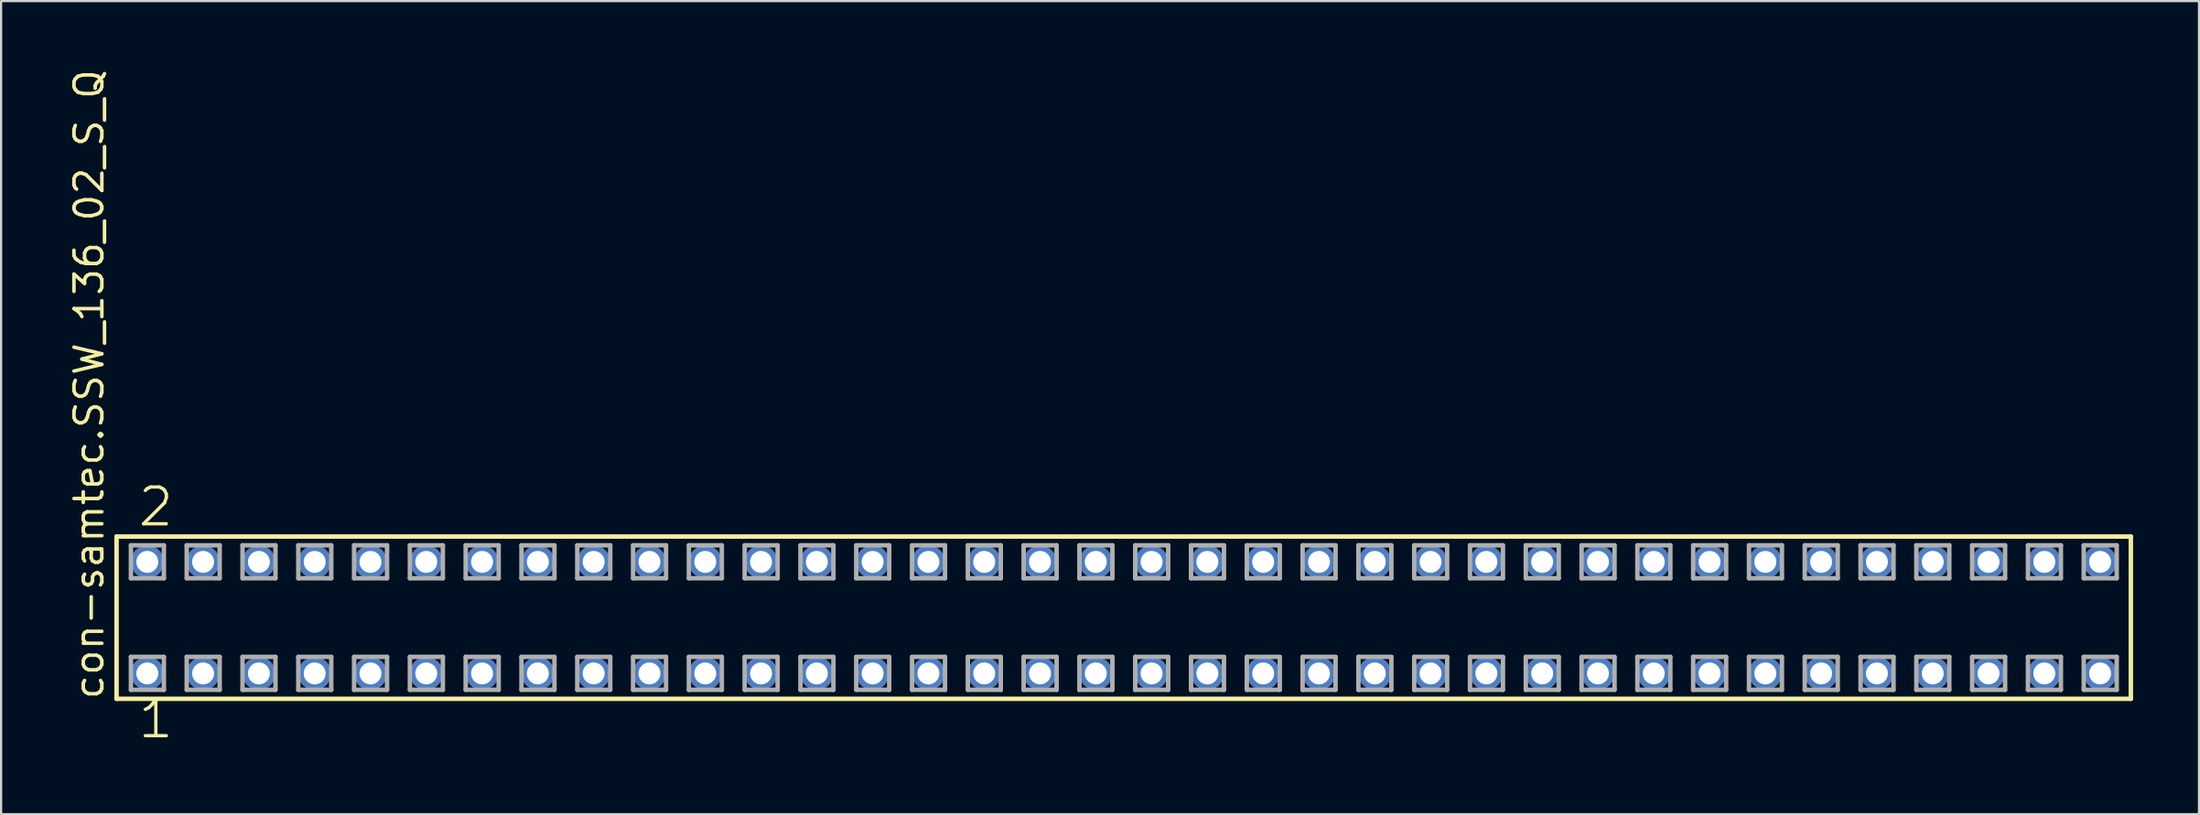
<source format=kicad_pcb>
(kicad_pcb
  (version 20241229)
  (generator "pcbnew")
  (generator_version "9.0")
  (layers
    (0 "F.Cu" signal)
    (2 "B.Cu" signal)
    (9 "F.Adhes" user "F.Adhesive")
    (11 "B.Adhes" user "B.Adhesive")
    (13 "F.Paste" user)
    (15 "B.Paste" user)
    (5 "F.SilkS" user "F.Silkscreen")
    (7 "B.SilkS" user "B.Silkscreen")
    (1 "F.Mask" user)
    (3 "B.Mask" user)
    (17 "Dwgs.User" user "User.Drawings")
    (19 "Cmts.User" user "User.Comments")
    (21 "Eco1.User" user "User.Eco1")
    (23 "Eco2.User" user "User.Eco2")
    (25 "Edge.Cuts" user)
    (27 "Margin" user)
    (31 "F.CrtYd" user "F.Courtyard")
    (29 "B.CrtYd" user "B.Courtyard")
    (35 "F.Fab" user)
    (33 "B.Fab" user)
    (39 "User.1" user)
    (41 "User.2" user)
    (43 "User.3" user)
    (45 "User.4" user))
  (footprint "con-samtec.SSW_136_02_S_Q"
    (layer "F.Cu")
    (at 48.105 25.082)
    (property "Reference" "con-samtec.SSW_136_02_S_Q" (at -46.355 3.81 90) (layer "F.SilkS") (effects (font (size 1.27 1.27) (thickness 0.16)) (justify left bottom)))
    (attr through_hole)
    (fp_line (start -45.849 -3.695) (end 45.849 -3.695) (stroke (width 0.203) (type default)) (layer "F.SilkS"))
    (fp_line (start -45.849 3.695) (end -45.849 -3.695) (stroke (width 0.203) (type default)) (layer "F.SilkS"))
    (fp_line (start 45.849 -3.695) (end 45.849 3.695) (stroke (width 0.203) (type default)) (layer "F.SilkS"))
    (fp_line (start 45.849 3.695) (end -45.849 3.695) (stroke (width 0.203) (type default)) (layer "F.SilkS"))
    (fp_line (start -45.195 -3.295) (end -43.695 -3.295) (stroke (width 0.203) (type default)) (layer "F.Fab"))
    (fp_line (start -45.195 -1.795) (end -45.195 -3.295) (stroke (width 0.203) (type default)) (layer "F.Fab"))
    (fp_line (start -45.195 1.785) (end -43.695 1.785) (stroke (width 0.203) (type default)) (layer "F.Fab"))
    (fp_line (start -45.195 3.285) (end -45.195 1.785) (stroke (width 0.203) (type default)) (layer "F.Fab"))
    (fp_line (start -43.695 -3.295) (end -43.695 -1.795) (stroke (width 0.203) (type default)) (layer "F.Fab"))
    (fp_line (start -43.695 -1.795) (end -45.195 -1.795) (stroke (width 0.203) (type default)) (layer "F.Fab"))
    (fp_line (start -43.695 1.785) (end -43.695 3.285) (stroke (width 0.203) (type default)) (layer "F.Fab"))
    (fp_line (start -43.695 3.285) (end -45.195 3.285) (stroke (width 0.203) (type default)) (layer "F.Fab"))
    (fp_line (start -42.655 -3.295) (end -41.155 -3.295) (stroke (width 0.203) (type default)) (layer "F.Fab"))
    (fp_line (start -42.655 -1.795) (end -42.655 -3.295) (stroke (width 0.203) (type default)) (layer "F.Fab"))
    (fp_line (start -42.655 1.785) (end -41.155 1.785) (stroke (width 0.203) (type default)) (layer "F.Fab"))
    (fp_line (start -42.655 3.285) (end -42.655 1.785) (stroke (width 0.203) (type default)) (layer "F.Fab"))
    (fp_line (start -41.155 -3.295) (end -41.155 -1.795) (stroke (width 0.203) (type default)) (layer "F.Fab"))
    (fp_line (start -41.155 -1.795) (end -42.655 -1.795) (stroke (width 0.203) (type default)) (layer "F.Fab"))
    (fp_line (start -41.155 1.785) (end -41.155 3.285) (stroke (width 0.203) (type default)) (layer "F.Fab"))
    (fp_line (start -41.155 3.285) (end -42.655 3.285) (stroke (width 0.203) (type default)) (layer "F.Fab"))
    (fp_line (start -40.115 -3.295) (end -38.615 -3.295) (stroke (width 0.203) (type default)) (layer "F.Fab"))
    (fp_line (start -40.115 -1.795) (end -40.115 -3.295) (stroke (width 0.203) (type default)) (layer "F.Fab"))
    (fp_line (start -40.115 1.785) (end -38.615 1.785) (stroke (width 0.203) (type default)) (layer "F.Fab"))
    (fp_line (start -40.115 3.285) (end -40.115 1.785) (stroke (width 0.203) (type default)) (layer "F.Fab"))
    (fp_line (start -38.615 -3.295) (end -38.615 -1.795) (stroke (width 0.203) (type default)) (layer "F.Fab"))
    (fp_line (start -38.615 -1.795) (end -40.115 -1.795) (stroke (width 0.203) (type default)) (layer "F.Fab"))
    (fp_line (start -38.615 1.785) (end -38.615 3.285) (stroke (width 0.203) (type default)) (layer "F.Fab"))
    (fp_line (start -38.615 3.285) (end -40.115 3.285) (stroke (width 0.203) (type default)) (layer "F.Fab"))
    (fp_line (start -37.575 -3.295) (end -36.075 -3.295) (stroke (width 0.203) (type default)) (layer "F.Fab"))
    (fp_line (start -37.575 -1.795) (end -37.575 -3.295) (stroke (width 0.203) (type default)) (layer "F.Fab"))
    (fp_line (start -37.575 1.785) (end -36.075 1.785) (stroke (width 0.203) (type default)) (layer "F.Fab"))
    (fp_line (start -37.575 3.285) (end -37.575 1.785) (stroke (width 0.203) (type default)) (layer "F.Fab"))
    (fp_line (start -36.075 -3.295) (end -36.075 -1.795) (stroke (width 0.203) (type default)) (layer "F.Fab"))
    (fp_line (start -36.075 -1.795) (end -37.575 -1.795) (stroke (width 0.203) (type default)) (layer "F.Fab"))
    (fp_line (start -36.075 1.785) (end -36.075 3.285) (stroke (width 0.203) (type default)) (layer "F.Fab"))
    (fp_line (start -36.075 3.285) (end -37.575 3.285) (stroke (width 0.203) (type default)) (layer "F.Fab"))
    (fp_line (start -35.035 -3.295) (end -33.535 -3.295) (stroke (width 0.203) (type default)) (layer "F.Fab"))
    (fp_line (start -35.035 -1.795) (end -35.035 -3.295) (stroke (width 0.203) (type default)) (layer "F.Fab"))
    (fp_line (start -35.035 1.785) (end -33.535 1.785) (stroke (width 0.203) (type default)) (layer "F.Fab"))
    (fp_line (start -35.035 3.285) (end -35.035 1.785) (stroke (width 0.203) (type default)) (layer "F.Fab"))
    (fp_line (start -33.535 -3.295) (end -33.535 -1.795) (stroke (width 0.203) (type default)) (layer "F.Fab"))
    (fp_line (start -33.535 -1.795) (end -35.035 -1.795) (stroke (width 0.203) (type default)) (layer "F.Fab"))
    (fp_line (start -33.535 1.785) (end -33.535 3.285) (stroke (width 0.203) (type default)) (layer "F.Fab"))
    (fp_line (start -33.535 3.285) (end -35.035 3.285) (stroke (width 0.203) (type default)) (layer "F.Fab"))
    (fp_line (start -32.495 -3.295) (end -30.995 -3.295) (stroke (width 0.203) (type default)) (layer "F.Fab"))
    (fp_line (start -32.495 -1.795) (end -32.495 -3.295) (stroke (width 0.203) (type default)) (layer "F.Fab"))
    (fp_line (start -32.495 1.785) (end -30.995 1.785) (stroke (width 0.203) (type default)) (layer "F.Fab"))
    (fp_line (start -32.495 3.285) (end -32.495 1.785) (stroke (width 0.203) (type default)) (layer "F.Fab"))
    (fp_line (start -30.995 -3.295) (end -30.995 -1.795) (stroke (width 0.203) (type default)) (layer "F.Fab"))
    (fp_line (start -30.995 -1.795) (end -32.495 -1.795) (stroke (width 0.203) (type default)) (layer "F.Fab"))
    (fp_line (start -30.995 1.785) (end -30.995 3.285) (stroke (width 0.203) (type default)) (layer "F.Fab"))
    (fp_line (start -30.995 3.285) (end -32.495 3.285) (stroke (width 0.203) (type default)) (layer "F.Fab"))
    (fp_line (start -29.955 -3.295) (end -28.455 -3.295) (stroke (width 0.203) (type default)) (layer "F.Fab"))
    (fp_line (start -29.955 -1.795) (end -29.955 -3.295) (stroke (width 0.203) (type default)) (layer "F.Fab"))
    (fp_line (start -29.955 1.785) (end -28.455 1.785) (stroke (width 0.203) (type default)) (layer "F.Fab"))
    (fp_line (start -29.955 3.285) (end -29.955 1.785) (stroke (width 0.203) (type default)) (layer "F.Fab"))
    (fp_line (start -28.455 -3.295) (end -28.455 -1.795) (stroke (width 0.203) (type default)) (layer "F.Fab"))
    (fp_line (start -28.455 -1.795) (end -29.955 -1.795) (stroke (width 0.203) (type default)) (layer "F.Fab"))
    (fp_line (start -28.455 1.785) (end -28.455 3.285) (stroke (width 0.203) (type default)) (layer "F.Fab"))
    (fp_line (start -28.455 3.285) (end -29.955 3.285) (stroke (width 0.203) (type default)) (layer "F.Fab"))
    (fp_line (start -27.415 -3.295) (end -25.915 -3.295) (stroke (width 0.203) (type default)) (layer "F.Fab"))
    (fp_line (start -27.415 -1.795) (end -27.415 -3.295) (stroke (width 0.203) (type default)) (layer "F.Fab"))
    (fp_line (start -27.415 1.785) (end -25.915 1.785) (stroke (width 0.203) (type default)) (layer "F.Fab"))
    (fp_line (start -27.415 3.285) (end -27.415 1.785) (stroke (width 0.203) (type default)) (layer "F.Fab"))
    (fp_line (start -25.915 -3.295) (end -25.915 -1.795) (stroke (width 0.203) (type default)) (layer "F.Fab"))
    (fp_line (start -25.915 -1.795) (end -27.415 -1.795) (stroke (width 0.203) (type default)) (layer "F.Fab"))
    (fp_line (start -25.915 1.785) (end -25.915 3.285) (stroke (width 0.203) (type default)) (layer "F.Fab"))
    (fp_line (start -25.915 3.285) (end -27.415 3.285) (stroke (width 0.203) (type default)) (layer "F.Fab"))
    (fp_line (start -24.875 -3.295) (end -23.375 -3.295) (stroke (width 0.203) (type default)) (layer "F.Fab"))
    (fp_line (start -24.875 -1.795) (end -24.875 -3.295) (stroke (width 0.203) (type default)) (layer "F.Fab"))
    (fp_line (start -24.875 1.785) (end -23.375 1.785) (stroke (width 0.203) (type default)) (layer "F.Fab"))
    (fp_line (start -24.875 3.285) (end -24.875 1.785) (stroke (width 0.203) (type default)) (layer "F.Fab"))
    (fp_line (start -23.375 -3.295) (end -23.375 -1.795) (stroke (width 0.203) (type default)) (layer "F.Fab"))
    (fp_line (start -23.375 -1.795) (end -24.875 -1.795) (stroke (width 0.203) (type default)) (layer "F.Fab"))
    (fp_line (start -23.375 1.785) (end -23.375 3.285) (stroke (width 0.203) (type default)) (layer "F.Fab"))
    (fp_line (start -23.375 3.285) (end -24.875 3.285) (stroke (width 0.203) (type default)) (layer "F.Fab"))
    (fp_line (start -22.335 -3.295) (end -20.835 -3.295) (stroke (width 0.203) (type default)) (layer "F.Fab"))
    (fp_line (start -22.335 -1.795) (end -22.335 -3.295) (stroke (width 0.203) (type default)) (layer "F.Fab"))
    (fp_line (start -22.335 1.785) (end -20.835 1.785) (stroke (width 0.203) (type default)) (layer "F.Fab"))
    (fp_line (start -22.335 3.285) (end -22.335 1.785) (stroke (width 0.203) (type default)) (layer "F.Fab"))
    (fp_line (start -20.835 -3.295) (end -20.835 -1.795) (stroke (width 0.203) (type default)) (layer "F.Fab"))
    (fp_line (start -20.835 -1.795) (end -22.335 -1.795) (stroke (width 0.203) (type default)) (layer "F.Fab"))
    (fp_line (start -20.835 1.785) (end -20.835 3.285) (stroke (width 0.203) (type default)) (layer "F.Fab"))
    (fp_line (start -20.835 3.285) (end -22.335 3.285) (stroke (width 0.203) (type default)) (layer "F.Fab"))
    (fp_line (start -19.795 -3.295) (end -18.295 -3.295) (stroke (width 0.203) (type default)) (layer "F.Fab"))
    (fp_line (start -19.795 -1.795) (end -19.795 -3.295) (stroke (width 0.203) (type default)) (layer "F.Fab"))
    (fp_line (start -19.795 1.785) (end -18.295 1.785) (stroke (width 0.203) (type default)) (layer "F.Fab"))
    (fp_line (start -19.795 3.285) (end -19.795 1.785) (stroke (width 0.203) (type default)) (layer "F.Fab"))
    (fp_line (start -18.295 -3.295) (end -18.295 -1.795) (stroke (width 0.203) (type default)) (layer "F.Fab"))
    (fp_line (start -18.295 -1.795) (end -19.795 -1.795) (stroke (width 0.203) (type default)) (layer "F.Fab"))
    (fp_line (start -18.295 1.785) (end -18.295 3.285) (stroke (width 0.203) (type default)) (layer "F.Fab"))
    (fp_line (start -18.295 3.285) (end -19.795 3.285) (stroke (width 0.203) (type default)) (layer "F.Fab"))
    (fp_line (start -17.255 -3.295) (end -15.755 -3.295) (stroke (width 0.203) (type default)) (layer "F.Fab"))
    (fp_line (start -17.255 -1.795) (end -17.255 -3.295) (stroke (width 0.203) (type default)) (layer "F.Fab"))
    (fp_line (start -17.255 1.785) (end -15.755 1.785) (stroke (width 0.203) (type default)) (layer "F.Fab"))
    (fp_line (start -17.255 3.285) (end -17.255 1.785) (stroke (width 0.203) (type default)) (layer "F.Fab"))
    (fp_line (start -15.755 -3.295) (end -15.755 -1.795) (stroke (width 0.203) (type default)) (layer "F.Fab"))
    (fp_line (start -15.755 -1.795) (end -17.255 -1.795) (stroke (width 0.203) (type default)) (layer "F.Fab"))
    (fp_line (start -15.755 1.785) (end -15.755 3.285) (stroke (width 0.203) (type default)) (layer "F.Fab"))
    (fp_line (start -15.755 3.285) (end -17.255 3.285) (stroke (width 0.203) (type default)) (layer "F.Fab"))
    (fp_line (start -14.715 -3.295) (end -13.215 -3.295) (stroke (width 0.203) (type default)) (layer "F.Fab"))
    (fp_line (start -14.715 -1.795) (end -14.715 -3.295) (stroke (width 0.203) (type default)) (layer "F.Fab"))
    (fp_line (start -14.715 1.785) (end -13.215 1.785) (stroke (width 0.203) (type default)) (layer "F.Fab"))
    (fp_line (start -14.715 3.285) (end -14.715 1.785) (stroke (width 0.203) (type default)) (layer "F.Fab"))
    (fp_line (start -13.215 -3.295) (end -13.215 -1.795) (stroke (width 0.203) (type default)) (layer "F.Fab"))
    (fp_line (start -13.215 -1.795) (end -14.715 -1.795) (stroke (width 0.203) (type default)) (layer "F.Fab"))
    (fp_line (start -13.215 1.785) (end -13.215 3.285) (stroke (width 0.203) (type default)) (layer "F.Fab"))
    (fp_line (start -13.215 3.285) (end -14.715 3.285) (stroke (width 0.203) (type default)) (layer "F.Fab"))
    (fp_line (start -12.175 -3.295) (end -10.675 -3.295) (stroke (width 0.203) (type default)) (layer "F.Fab"))
    (fp_line (start -12.175 -1.795) (end -12.175 -3.295) (stroke (width 0.203) (type default)) (layer "F.Fab"))
    (fp_line (start -12.175 1.785) (end -10.675 1.785) (stroke (width 0.203) (type default)) (layer "F.Fab"))
    (fp_line (start -12.175 3.285) (end -12.175 1.785) (stroke (width 0.203) (type default)) (layer "F.Fab"))
    (fp_line (start -10.675 -3.295) (end -10.675 -1.795) (stroke (width 0.203) (type default)) (layer "F.Fab"))
    (fp_line (start -10.675 -1.795) (end -12.175 -1.795) (stroke (width 0.203) (type default)) (layer "F.Fab"))
    (fp_line (start -10.675 1.785) (end -10.675 3.285) (stroke (width 0.203) (type default)) (layer "F.Fab"))
    (fp_line (start -10.675 3.285) (end -12.175 3.285) (stroke (width 0.203) (type default)) (layer "F.Fab"))
    (fp_line (start -9.635 -3.295) (end -8.135 -3.295) (stroke (width 0.203) (type default)) (layer "F.Fab"))
    (fp_line (start -9.635 -1.795) (end -9.635 -3.295) (stroke (width 0.203) (type default)) (layer "F.Fab"))
    (fp_line (start -9.635 1.785) (end -8.135 1.785) (stroke (width 0.203) (type default)) (layer "F.Fab"))
    (fp_line (start -9.635 3.285) (end -9.635 1.785) (stroke (width 0.203) (type default)) (layer "F.Fab"))
    (fp_line (start -8.135 -3.295) (end -8.135 -1.795) (stroke (width 0.203) (type default)) (layer "F.Fab"))
    (fp_line (start -8.135 -1.795) (end -9.635 -1.795) (stroke (width 0.203) (type default)) (layer "F.Fab"))
    (fp_line (start -8.135 1.785) (end -8.135 3.285) (stroke (width 0.203) (type default)) (layer "F.Fab"))
    (fp_line (start -8.135 3.285) (end -9.635 3.285) (stroke (width 0.203) (type default)) (layer "F.Fab"))
    (fp_line (start -7.095 -3.295) (end -5.595 -3.295) (stroke (width 0.203) (type default)) (layer "F.Fab"))
    (fp_line (start -7.095 -1.795) (end -7.095 -3.295) (stroke (width 0.203) (type default)) (layer "F.Fab"))
    (fp_line (start -7.095 1.785) (end -5.595 1.785) (stroke (width 0.203) (type default)) (layer "F.Fab"))
    (fp_line (start -7.095 3.285) (end -7.095 1.785) (stroke (width 0.203) (type default)) (layer "F.Fab"))
    (fp_line (start -5.595 -3.295) (end -5.595 -1.795) (stroke (width 0.203) (type default)) (layer "F.Fab"))
    (fp_line (start -5.595 -1.795) (end -7.095 -1.795) (stroke (width 0.203) (type default)) (layer "F.Fab"))
    (fp_line (start -5.595 1.785) (end -5.595 3.285) (stroke (width 0.203) (type default)) (layer "F.Fab"))
    (fp_line (start -5.595 3.285) (end -7.095 3.285) (stroke (width 0.203) (type default)) (layer "F.Fab"))
    (fp_line (start -4.555 -3.295) (end -3.055 -3.295) (stroke (width 0.203) (type default)) (layer "F.Fab"))
    (fp_line (start -4.555 -1.795) (end -4.555 -3.295) (stroke (width 0.203) (type default)) (layer "F.Fab"))
    (fp_line (start -4.555 1.785) (end -3.055 1.785) (stroke (width 0.203) (type default)) (layer "F.Fab"))
    (fp_line (start -4.555 3.285) (end -4.555 1.785) (stroke (width 0.203) (type default)) (layer "F.Fab"))
    (fp_line (start -3.055 -3.295) (end -3.055 -1.795) (stroke (width 0.203) (type default)) (layer "F.Fab"))
    (fp_line (start -3.055 -1.795) (end -4.555 -1.795) (stroke (width 0.203) (type default)) (layer "F.Fab"))
    (fp_line (start -3.055 1.785) (end -3.055 3.285) (stroke (width 0.203) (type default)) (layer "F.Fab"))
    (fp_line (start -3.055 3.285) (end -4.555 3.285) (stroke (width 0.203) (type default)) (layer "F.Fab"))
    (fp_line (start -2.015 -3.295) (end -0.515 -3.295) (stroke (width 0.203) (type default)) (layer "F.Fab"))
    (fp_line (start -2.015 -1.795) (end -2.015 -3.295) (stroke (width 0.203) (type default)) (layer "F.Fab"))
    (fp_line (start -2.015 1.785) (end -0.515 1.785) (stroke (width 0.203) (type default)) (layer "F.Fab"))
    (fp_line (start -2.015 3.285) (end -2.015 1.785) (stroke (width 0.203) (type default)) (layer "F.Fab"))
    (fp_line (start -0.515 -3.295) (end -0.515 -1.795) (stroke (width 0.203) (type default)) (layer "F.Fab"))
    (fp_line (start -0.515 -1.795) (end -2.015 -1.795) (stroke (width 0.203) (type default)) (layer "F.Fab"))
    (fp_line (start -0.515 1.785) (end -0.515 3.285) (stroke (width 0.203) (type default)) (layer "F.Fab"))
    (fp_line (start -0.515 3.285) (end -2.015 3.285) (stroke (width 0.203) (type default)) (layer "F.Fab"))
    (fp_line (start 0.525 -3.295) (end 2.025 -3.295) (stroke (width 0.203) (type default)) (layer "F.Fab"))
    (fp_line (start 0.525 -1.795) (end 0.525 -3.295) (stroke (width 0.203) (type default)) (layer "F.Fab"))
    (fp_line (start 0.525 1.785) (end 2.025 1.785) (stroke (width 0.203) (type default)) (layer "F.Fab"))
    (fp_line (start 0.525 3.285) (end 0.525 1.785) (stroke (width 0.203) (type default)) (layer "F.Fab"))
    (fp_line (start 2.025 -3.295) (end 2.025 -1.795) (stroke (width 0.203) (type default)) (layer "F.Fab"))
    (fp_line (start 2.025 -1.795) (end 0.525 -1.795) (stroke (width 0.203) (type default)) (layer "F.Fab"))
    (fp_line (start 2.025 1.785) (end 2.025 3.285) (stroke (width 0.203) (type default)) (layer "F.Fab"))
    (fp_line (start 2.025 3.285) (end 0.525 3.285) (stroke (width 0.203) (type default)) (layer "F.Fab"))
    (fp_line (start 3.065 -3.295) (end 4.565 -3.295) (stroke (width 0.203) (type default)) (layer "F.Fab"))
    (fp_line (start 3.065 -1.795) (end 3.065 -3.295) (stroke (width 0.203) (type default)) (layer "F.Fab"))
    (fp_line (start 3.065 1.785) (end 4.565 1.785) (stroke (width 0.203) (type default)) (layer "F.Fab"))
    (fp_line (start 3.065 3.285) (end 3.065 1.785) (stroke (width 0.203) (type default)) (layer "F.Fab"))
    (fp_line (start 4.565 -3.295) (end 4.565 -1.795) (stroke (width 0.203) (type default)) (layer "F.Fab"))
    (fp_line (start 4.565 -1.795) (end 3.065 -1.795) (stroke (width 0.203) (type default)) (layer "F.Fab"))
    (fp_line (start 4.565 1.785) (end 4.565 3.285) (stroke (width 0.203) (type default)) (layer "F.Fab"))
    (fp_line (start 4.565 3.285) (end 3.065 3.285) (stroke (width 0.203) (type default)) (layer "F.Fab"))
    (fp_line (start 5.605 -3.295) (end 7.105 -3.295) (stroke (width 0.203) (type default)) (layer "F.Fab"))
    (fp_line (start 5.605 -1.795) (end 5.605 -3.295) (stroke (width 0.203) (type default)) (layer "F.Fab"))
    (fp_line (start 5.605 1.785) (end 7.105 1.785) (stroke (width 0.203) (type default)) (layer "F.Fab"))
    (fp_line (start 5.605 3.285) (end 5.605 1.785) (stroke (width 0.203) (type default)) (layer "F.Fab"))
    (fp_line (start 7.105 -3.295) (end 7.105 -1.795) (stroke (width 0.203) (type default)) (layer "F.Fab"))
    (fp_line (start 7.105 -1.795) (end 5.605 -1.795) (stroke (width 0.203) (type default)) (layer "F.Fab"))
    (fp_line (start 7.105 1.785) (end 7.105 3.285) (stroke (width 0.203) (type default)) (layer "F.Fab"))
    (fp_line (start 7.105 3.285) (end 5.605 3.285) (stroke (width 0.203) (type default)) (layer "F.Fab"))
    (fp_line (start 8.145 -3.295) (end 9.645 -3.295) (stroke (width 0.203) (type default)) (layer "F.Fab"))
    (fp_line (start 8.145 -1.795) (end 8.145 -3.295) (stroke (width 0.203) (type default)) (layer "F.Fab"))
    (fp_line (start 8.145 1.785) (end 9.645 1.785) (stroke (width 0.203) (type default)) (layer "F.Fab"))
    (fp_line (start 8.145 3.285) (end 8.145 1.785) (stroke (width 0.203) (type default)) (layer "F.Fab"))
    (fp_line (start 9.645 -3.295) (end 9.645 -1.795) (stroke (width 0.203) (type default)) (layer "F.Fab"))
    (fp_line (start 9.645 -1.795) (end 8.145 -1.795) (stroke (width 0.203) (type default)) (layer "F.Fab"))
    (fp_line (start 9.645 1.785) (end 9.645 3.285) (stroke (width 0.203) (type default)) (layer "F.Fab"))
    (fp_line (start 9.645 3.285) (end 8.145 3.285) (stroke (width 0.203) (type default)) (layer "F.Fab"))
    (fp_line (start 10.685 -3.295) (end 12.185 -3.295) (stroke (width 0.203) (type default)) (layer "F.Fab"))
    (fp_line (start 10.685 -1.795) (end 10.685 -3.295) (stroke (width 0.203) (type default)) (layer "F.Fab"))
    (fp_line (start 10.685 1.785) (end 12.185 1.785) (stroke (width 0.203) (type default)) (layer "F.Fab"))
    (fp_line (start 10.685 3.285) (end 10.685 1.785) (stroke (width 0.203) (type default)) (layer "F.Fab"))
    (fp_line (start 12.185 -3.295) (end 12.185 -1.795) (stroke (width 0.203) (type default)) (layer "F.Fab"))
    (fp_line (start 12.185 -1.795) (end 10.685 -1.795) (stroke (width 0.203) (type default)) (layer "F.Fab"))
    (fp_line (start 12.185 1.785) (end 12.185 3.285) (stroke (width 0.203) (type default)) (layer "F.Fab"))
    (fp_line (start 12.185 3.285) (end 10.685 3.285) (stroke (width 0.203) (type default)) (layer "F.Fab"))
    (fp_line (start 13.225 -3.295) (end 14.725 -3.295) (stroke (width 0.203) (type default)) (layer "F.Fab"))
    (fp_line (start 13.225 -1.795) (end 13.225 -3.295) (stroke (width 0.203) (type default)) (layer "F.Fab"))
    (fp_line (start 13.225 1.785) (end 14.725 1.785) (stroke (width 0.203) (type default)) (layer "F.Fab"))
    (fp_line (start 13.225 3.285) (end 13.225 1.785) (stroke (width 0.203) (type default)) (layer "F.Fab"))
    (fp_line (start 14.725 -3.295) (end 14.725 -1.795) (stroke (width 0.203) (type default)) (layer "F.Fab"))
    (fp_line (start 14.725 -1.795) (end 13.225 -1.795) (stroke (width 0.203) (type default)) (layer "F.Fab"))
    (fp_line (start 14.725 1.785) (end 14.725 3.285) (stroke (width 0.203) (type default)) (layer "F.Fab"))
    (fp_line (start 14.725 3.285) (end 13.225 3.285) (stroke (width 0.203) (type default)) (layer "F.Fab"))
    (fp_line (start 15.765 -3.295) (end 17.265 -3.295) (stroke (width 0.203) (type default)) (layer "F.Fab"))
    (fp_line (start 15.765 -1.795) (end 15.765 -3.295) (stroke (width 0.203) (type default)) (layer "F.Fab"))
    (fp_line (start 15.765 1.785) (end 17.265 1.785) (stroke (width 0.203) (type default)) (layer "F.Fab"))
    (fp_line (start 15.765 3.285) (end 15.765 1.785) (stroke (width 0.203) (type default)) (layer "F.Fab"))
    (fp_line (start 17.265 -3.295) (end 17.265 -1.795) (stroke (width 0.203) (type default)) (layer "F.Fab"))
    (fp_line (start 17.265 -1.795) (end 15.765 -1.795) (stroke (width 0.203) (type default)) (layer "F.Fab"))
    (fp_line (start 17.265 1.785) (end 17.265 3.285) (stroke (width 0.203) (type default)) (layer "F.Fab"))
    (fp_line (start 17.265 3.285) (end 15.765 3.285) (stroke (width 0.203) (type default)) (layer "F.Fab"))
    (fp_line (start 18.305 -3.295) (end 19.805 -3.295) (stroke (width 0.203) (type default)) (layer "F.Fab"))
    (fp_line (start 18.305 -1.795) (end 18.305 -3.295) (stroke (width 0.203) (type default)) (layer "F.Fab"))
    (fp_line (start 18.305 1.785) (end 19.805 1.785) (stroke (width 0.203) (type default)) (layer "F.Fab"))
    (fp_line (start 18.305 3.285) (end 18.305 1.785) (stroke (width 0.203) (type default)) (layer "F.Fab"))
    (fp_line (start 19.805 -3.295) (end 19.805 -1.795) (stroke (width 0.203) (type default)) (layer "F.Fab"))
    (fp_line (start 19.805 -1.795) (end 18.305 -1.795) (stroke (width 0.203) (type default)) (layer "F.Fab"))
    (fp_line (start 19.805 1.785) (end 19.805 3.285) (stroke (width 0.203) (type default)) (layer "F.Fab"))
    (fp_line (start 19.805 3.285) (end 18.305 3.285) (stroke (width 0.203) (type default)) (layer "F.Fab"))
    (fp_line (start 20.845 -3.295) (end 22.345 -3.295) (stroke (width 0.203) (type default)) (layer "F.Fab"))
    (fp_line (start 20.845 -1.795) (end 20.845 -3.295) (stroke (width 0.203) (type default)) (layer "F.Fab"))
    (fp_line (start 20.845 1.785) (end 22.345 1.785) (stroke (width 0.203) (type default)) (layer "F.Fab"))
    (fp_line (start 20.845 3.285) (end 20.845 1.785) (stroke (width 0.203) (type default)) (layer "F.Fab"))
    (fp_line (start 22.345 -3.295) (end 22.345 -1.795) (stroke (width 0.203) (type default)) (layer "F.Fab"))
    (fp_line (start 22.345 -1.795) (end 20.845 -1.795) (stroke (width 0.203) (type default)) (layer "F.Fab"))
    (fp_line (start 22.345 1.785) (end 22.345 3.285) (stroke (width 0.203) (type default)) (layer "F.Fab"))
    (fp_line (start 22.345 3.285) (end 20.845 3.285) (stroke (width 0.203) (type default)) (layer "F.Fab"))
    (fp_line (start 23.385 -3.295) (end 24.885 -3.295) (stroke (width 0.203) (type default)) (layer "F.Fab"))
    (fp_line (start 23.385 -1.795) (end 23.385 -3.295) (stroke (width 0.203) (type default)) (layer "F.Fab"))
    (fp_line (start 23.385 1.785) (end 24.885 1.785) (stroke (width 0.203) (type default)) (layer "F.Fab"))
    (fp_line (start 23.385 3.285) (end 23.385 1.785) (stroke (width 0.203) (type default)) (layer "F.Fab"))
    (fp_line (start 24.885 -3.295) (end 24.885 -1.795) (stroke (width 0.203) (type default)) (layer "F.Fab"))
    (fp_line (start 24.885 -1.795) (end 23.385 -1.795) (stroke (width 0.203) (type default)) (layer "F.Fab"))
    (fp_line (start 24.885 1.785) (end 24.885 3.285) (stroke (width 0.203) (type default)) (layer "F.Fab"))
    (fp_line (start 24.885 3.285) (end 23.385 3.285) (stroke (width 0.203) (type default)) (layer "F.Fab"))
    (fp_line (start 25.925 -3.295) (end 27.425 -3.295) (stroke (width 0.203) (type default)) (layer "F.Fab"))
    (fp_line (start 25.925 -1.795) (end 25.925 -3.295) (stroke (width 0.203) (type default)) (layer "F.Fab"))
    (fp_line (start 25.925 1.785) (end 27.425 1.785) (stroke (width 0.203) (type default)) (layer "F.Fab"))
    (fp_line (start 25.925 3.285) (end 25.925 1.785) (stroke (width 0.203) (type default)) (layer "F.Fab"))
    (fp_line (start 27.425 -3.295) (end 27.425 -1.795) (stroke (width 0.203) (type default)) (layer "F.Fab"))
    (fp_line (start 27.425 -1.795) (end 25.925 -1.795) (stroke (width 0.203) (type default)) (layer "F.Fab"))
    (fp_line (start 27.425 1.785) (end 27.425 3.285) (stroke (width 0.203) (type default)) (layer "F.Fab"))
    (fp_line (start 27.425 3.285) (end 25.925 3.285) (stroke (width 0.203) (type default)) (layer "F.Fab"))
    (fp_line (start 28.465 -3.295) (end 29.965 -3.295) (stroke (width 0.203) (type default)) (layer "F.Fab"))
    (fp_line (start 28.465 -1.795) (end 28.465 -3.295) (stroke (width 0.203) (type default)) (layer "F.Fab"))
    (fp_line (start 28.465 1.785) (end 29.965 1.785) (stroke (width 0.203) (type default)) (layer "F.Fab"))
    (fp_line (start 28.465 3.285) (end 28.465 1.785) (stroke (width 0.203) (type default)) (layer "F.Fab"))
    (fp_line (start 29.965 -3.295) (end 29.965 -1.795) (stroke (width 0.203) (type default)) (layer "F.Fab"))
    (fp_line (start 29.965 -1.795) (end 28.465 -1.795) (stroke (width 0.203) (type default)) (layer "F.Fab"))
    (fp_line (start 29.965 1.785) (end 29.965 3.285) (stroke (width 0.203) (type default)) (layer "F.Fab"))
    (fp_line (start 29.965 3.285) (end 28.465 3.285) (stroke (width 0.203) (type default)) (layer "F.Fab"))
    (fp_line (start 31.005 -3.295) (end 32.505 -3.295) (stroke (width 0.203) (type default)) (layer "F.Fab"))
    (fp_line (start 31.005 -1.795) (end 31.005 -3.295) (stroke (width 0.203) (type default)) (layer "F.Fab"))
    (fp_line (start 31.005 1.785) (end 32.505 1.785) (stroke (width 0.203) (type default)) (layer "F.Fab"))
    (fp_line (start 31.005 3.285) (end 31.005 1.785) (stroke (width 0.203) (type default)) (layer "F.Fab"))
    (fp_line (start 32.505 -3.295) (end 32.505 -1.795) (stroke (width 0.203) (type default)) (layer "F.Fab"))
    (fp_line (start 32.505 -1.795) (end 31.005 -1.795) (stroke (width 0.203) (type default)) (layer "F.Fab"))
    (fp_line (start 32.505 1.785) (end 32.505 3.285) (stroke (width 0.203) (type default)) (layer "F.Fab"))
    (fp_line (start 32.505 3.285) (end 31.005 3.285) (stroke (width 0.203) (type default)) (layer "F.Fab"))
    (fp_line (start 33.545 -3.295) (end 35.045 -3.295) (stroke (width 0.203) (type default)) (layer "F.Fab"))
    (fp_line (start 33.545 -1.795) (end 33.545 -3.295) (stroke (width 0.203) (type default)) (layer "F.Fab"))
    (fp_line (start 33.545 1.785) (end 35.045 1.785) (stroke (width 0.203) (type default)) (layer "F.Fab"))
    (fp_line (start 33.545 3.285) (end 33.545 1.785) (stroke (width 0.203) (type default)) (layer "F.Fab"))
    (fp_line (start 35.045 -3.295) (end 35.045 -1.795) (stroke (width 0.203) (type default)) (layer "F.Fab"))
    (fp_line (start 35.045 -1.795) (end 33.545 -1.795) (stroke (width 0.203) (type default)) (layer "F.Fab"))
    (fp_line (start 35.045 1.785) (end 35.045 3.285) (stroke (width 0.203) (type default)) (layer "F.Fab"))
    (fp_line (start 35.045 3.285) (end 33.545 3.285) (stroke (width 0.203) (type default)) (layer "F.Fab"))
    (fp_line (start 36.085 -3.295) (end 37.585 -3.295) (stroke (width 0.203) (type default)) (layer "F.Fab"))
    (fp_line (start 36.085 -1.795) (end 36.085 -3.295) (stroke (width 0.203) (type default)) (layer "F.Fab"))
    (fp_line (start 36.085 1.785) (end 37.585 1.785) (stroke (width 0.203) (type default)) (layer "F.Fab"))
    (fp_line (start 36.085 3.285) (end 36.085 1.785) (stroke (width 0.203) (type default)) (layer "F.Fab"))
    (fp_line (start 37.585 -3.295) (end 37.585 -1.795) (stroke (width 0.203) (type default)) (layer "F.Fab"))
    (fp_line (start 37.585 -1.795) (end 36.085 -1.795) (stroke (width 0.203) (type default)) (layer "F.Fab"))
    (fp_line (start 37.585 1.785) (end 37.585 3.285) (stroke (width 0.203) (type default)) (layer "F.Fab"))
    (fp_line (start 37.585 3.285) (end 36.085 3.285) (stroke (width 0.203) (type default)) (layer "F.Fab"))
    (fp_line (start 38.625 -3.295) (end 40.125 -3.295) (stroke (width 0.203) (type default)) (layer "F.Fab"))
    (fp_line (start 38.625 -1.795) (end 38.625 -3.295) (stroke (width 0.203) (type default)) (layer "F.Fab"))
    (fp_line (start 38.625 1.785) (end 40.125 1.785) (stroke (width 0.203) (type default)) (layer "F.Fab"))
    (fp_line (start 38.625 3.285) (end 38.625 1.785) (stroke (width 0.203) (type default)) (layer "F.Fab"))
    (fp_line (start 40.125 -3.295) (end 40.125 -1.795) (stroke (width 0.203) (type default)) (layer "F.Fab"))
    (fp_line (start 40.125 -1.795) (end 38.625 -1.795) (stroke (width 0.203) (type default)) (layer "F.Fab"))
    (fp_line (start 40.125 1.785) (end 40.125 3.285) (stroke (width 0.203) (type default)) (layer "F.Fab"))
    (fp_line (start 40.125 3.285) (end 38.625 3.285) (stroke (width 0.203) (type default)) (layer "F.Fab"))
    (fp_line (start 41.165 -3.295) (end 42.665 -3.295) (stroke (width 0.203) (type default)) (layer "F.Fab"))
    (fp_line (start 41.165 -1.795) (end 41.165 -3.295) (stroke (width 0.203) (type default)) (layer "F.Fab"))
    (fp_line (start 41.165 1.785) (end 42.665 1.785) (stroke (width 0.203) (type default)) (layer "F.Fab"))
    (fp_line (start 41.165 3.285) (end 41.165 1.785) (stroke (width 0.203) (type default)) (layer "F.Fab"))
    (fp_line (start 42.665 -3.295) (end 42.665 -1.795) (stroke (width 0.203) (type default)) (layer "F.Fab"))
    (fp_line (start 42.665 -1.795) (end 41.165 -1.795) (stroke (width 0.203) (type default)) (layer "F.Fab"))
    (fp_line (start 42.665 1.785) (end 42.665 3.285) (stroke (width 0.203) (type default)) (layer "F.Fab"))
    (fp_line (start 42.665 3.285) (end 41.165 3.285) (stroke (width 0.203) (type default)) (layer "F.Fab"))
    (fp_line (start 43.705 -3.295) (end 45.205 -3.295) (stroke (width 0.203) (type default)) (layer "F.Fab"))
    (fp_line (start 43.705 -1.795) (end 43.705 -3.295) (stroke (width 0.203) (type default)) (layer "F.Fab"))
    (fp_line (start 43.705 1.785) (end 45.205 1.785) (stroke (width 0.203) (type default)) (layer "F.Fab"))
    (fp_line (start 43.705 3.285) (end 43.705 1.785) (stroke (width 0.203) (type default)) (layer "F.Fab"))
    (fp_line (start 45.205 -3.295) (end 45.205 -1.795) (stroke (width 0.203) (type default)) (layer "F.Fab"))
    (fp_line (start 45.205 -1.795) (end 43.705 -1.795) (stroke (width 0.203) (type default)) (layer "F.Fab"))
    (fp_line (start 45.205 1.785) (end 45.205 3.285) (stroke (width 0.203) (type default)) (layer "F.Fab"))
    (fp_line (start 45.205 3.285) (end 43.705 3.285) (stroke (width 0.203) (type default)) (layer "F.Fab"))
    (fp_text user "2" (at -44.958 -4.064 0) (layer "F.SilkS") (effects (font (size 1.676 1.676) (thickness 0.15)) (justify left bottom)))
    (fp_text user "1" (at -44.958 5.588 0) (layer "F.SilkS") (effects (font (size 1.676 1.676) (thickness 0.15)) (justify left bottom)))
    (pad "1" thru_hole circle (at -44.45 2.54) (size 1.5 1.5) (drill 1) (layers "*.Cu" "*.Mask"))
    (pad "2" thru_hole circle (at -44.45 -2.54) (size 1.5 1.5) (drill 1) (layers "*.Cu" "*.Mask"))
    (pad "3" thru_hole circle (at -41.91 2.54) (size 1.5 1.5) (drill 1) (layers "*.Cu" "*.Mask"))
    (pad "4" thru_hole circle (at -41.91 -2.54) (size 1.5 1.5) (drill 1) (layers "*.Cu" "*.Mask"))
    (pad "5" thru_hole circle (at -39.37 2.54) (size 1.5 1.5) (drill 1) (layers "*.Cu" "*.Mask"))
    (pad "6" thru_hole circle (at -39.37 -2.54) (size 1.5 1.5) (drill 1) (layers "*.Cu" "*.Mask"))
    (pad "7" thru_hole circle (at -36.83 2.54) (size 1.5 1.5) (drill 1) (layers "*.Cu" "*.Mask"))
    (pad "8" thru_hole circle (at -36.83 -2.54) (size 1.5 1.5) (drill 1) (layers "*.Cu" "*.Mask"))
    (pad "9" thru_hole circle (at -34.29 2.54) (size 1.5 1.5) (drill 1) (layers "*.Cu" "*.Mask"))
    (pad "10" thru_hole circle (at -34.29 -2.54) (size 1.5 1.5) (drill 1) (layers "*.Cu" "*.Mask"))
    (pad "11" thru_hole circle (at -31.75 2.54) (size 1.5 1.5) (drill 1) (layers "*.Cu" "*.Mask"))
    (pad "12" thru_hole circle (at -31.75 -2.54) (size 1.5 1.5) (drill 1) (layers "*.Cu" "*.Mask"))
    (pad "13" thru_hole circle (at -29.21 2.54) (size 1.5 1.5) (drill 1) (layers "*.Cu" "*.Mask"))
    (pad "14" thru_hole circle (at -29.21 -2.54) (size 1.5 1.5) (drill 1) (layers "*.Cu" "*.Mask"))
    (pad "15" thru_hole circle (at -26.67 2.54) (size 1.5 1.5) (drill 1) (layers "*.Cu" "*.Mask"))
    (pad "16" thru_hole circle (at -26.67 -2.54) (size 1.5 1.5) (drill 1) (layers "*.Cu" "*.Mask"))
    (pad "17" thru_hole circle (at -24.13 2.54) (size 1.5 1.5) (drill 1) (layers "*.Cu" "*.Mask"))
    (pad "18" thru_hole circle (at -24.13 -2.54) (size 1.5 1.5) (drill 1) (layers "*.Cu" "*.Mask"))
    (pad "19" thru_hole circle (at -21.59 2.54) (size 1.5 1.5) (drill 1) (layers "*.Cu" "*.Mask"))
    (pad "20" thru_hole circle (at -21.59 -2.54) (size 1.5 1.5) (drill 1) (layers "*.Cu" "*.Mask"))
    (pad "21" thru_hole circle (at -19.05 2.54) (size 1.5 1.5) (drill 1) (layers "*.Cu" "*.Mask"))
    (pad "22" thru_hole circle (at -19.05 -2.54) (size 1.5 1.5) (drill 1) (layers "*.Cu" "*.Mask"))
    (pad "23" thru_hole circle (at -16.51 2.54) (size 1.5 1.5) (drill 1) (layers "*.Cu" "*.Mask"))
    (pad "24" thru_hole circle (at -16.51 -2.54) (size 1.5 1.5) (drill 1) (layers "*.Cu" "*.Mask"))
    (pad "25" thru_hole circle (at -13.97 2.54) (size 1.5 1.5) (drill 1) (layers "*.Cu" "*.Mask"))
    (pad "26" thru_hole circle (at -13.97 -2.54) (size 1.5 1.5) (drill 1) (layers "*.Cu" "*.Mask"))
    (pad "27" thru_hole circle (at -11.43 2.54) (size 1.5 1.5) (drill 1) (layers "*.Cu" "*.Mask"))
    (pad "28" thru_hole circle (at -11.43 -2.54) (size 1.5 1.5) (drill 1) (layers "*.Cu" "*.Mask"))
    (pad "29" thru_hole circle (at -8.89 2.54) (size 1.5 1.5) (drill 1) (layers "*.Cu" "*.Mask"))
    (pad "30" thru_hole circle (at -8.89 -2.54) (size 1.5 1.5) (drill 1) (layers "*.Cu" "*.Mask"))
    (pad "31" thru_hole circle (at -6.35 2.54) (size 1.5 1.5) (drill 1) (layers "*.Cu" "*.Mask"))
    (pad "32" thru_hole circle (at -6.35 -2.54) (size 1.5 1.5) (drill 1) (layers "*.Cu" "*.Mask"))
    (pad "33" thru_hole circle (at -3.81 2.54) (size 1.5 1.5) (drill 1) (layers "*.Cu" "*.Mask"))
    (pad "34" thru_hole circle (at -3.81 -2.54) (size 1.5 1.5) (drill 1) (layers "*.Cu" "*.Mask"))
    (pad "35" thru_hole circle (at -1.27 2.54) (size 1.5 1.5) (drill 1) (layers "*.Cu" "*.Mask"))
    (pad "36" thru_hole circle (at -1.27 -2.54) (size 1.5 1.5) (drill 1) (layers "*.Cu" "*.Mask"))
    (pad "37" thru_hole circle (at 1.27 2.54) (size 1.5 1.5) (drill 1) (layers "*.Cu" "*.Mask"))
    (pad "38" thru_hole circle (at 1.27 -2.54) (size 1.5 1.5) (drill 1) (layers "*.Cu" "*.Mask"))
    (pad "39" thru_hole circle (at 3.81 2.54) (size 1.5 1.5) (drill 1) (layers "*.Cu" "*.Mask"))
    (pad "40" thru_hole circle (at 3.81 -2.54) (size 1.5 1.5) (drill 1) (layers "*.Cu" "*.Mask"))
    (pad "41" thru_hole circle (at 6.35 2.54) (size 1.5 1.5) (drill 1) (layers "*.Cu" "*.Mask"))
    (pad "42" thru_hole circle (at 6.35 -2.54) (size 1.5 1.5) (drill 1) (layers "*.Cu" "*.Mask"))
    (pad "43" thru_hole circle (at 8.89 2.54) (size 1.5 1.5) (drill 1) (layers "*.Cu" "*.Mask"))
    (pad "44" thru_hole circle (at 8.89 -2.54) (size 1.5 1.5) (drill 1) (layers "*.Cu" "*.Mask"))
    (pad "45" thru_hole circle (at 11.43 2.54) (size 1.5 1.5) (drill 1) (layers "*.Cu" "*.Mask"))
    (pad "46" thru_hole circle (at 11.43 -2.54) (size 1.5 1.5) (drill 1) (layers "*.Cu" "*.Mask"))
    (pad "47" thru_hole circle (at 13.97 2.54) (size 1.5 1.5) (drill 1) (layers "*.Cu" "*.Mask"))
    (pad "48" thru_hole circle (at 13.97 -2.54) (size 1.5 1.5) (drill 1) (layers "*.Cu" "*.Mask"))
    (pad "49" thru_hole circle (at 16.51 2.54) (size 1.5 1.5) (drill 1) (layers "*.Cu" "*.Mask"))
    (pad "50" thru_hole circle (at 16.51 -2.54) (size 1.5 1.5) (drill 1) (layers "*.Cu" "*.Mask"))
    (pad "51" thru_hole circle (at 19.05 2.54) (size 1.5 1.5) (drill 1) (layers "*.Cu" "*.Mask"))
    (pad "52" thru_hole circle (at 19.05 -2.54) (size 1.5 1.5) (drill 1) (layers "*.Cu" "*.Mask"))
    (pad "53" thru_hole circle (at 21.59 2.54) (size 1.5 1.5) (drill 1) (layers "*.Cu" "*.Mask"))
    (pad "54" thru_hole circle (at 21.59 -2.54) (size 1.5 1.5) (drill 1) (layers "*.Cu" "*.Mask"))
    (pad "55" thru_hole circle (at 24.13 2.54) (size 1.5 1.5) (drill 1) (layers "*.Cu" "*.Mask"))
    (pad "56" thru_hole circle (at 24.13 -2.54) (size 1.5 1.5) (drill 1) (layers "*.Cu" "*.Mask"))
    (pad "57" thru_hole circle (at 26.67 2.54) (size 1.5 1.5) (drill 1) (layers "*.Cu" "*.Mask"))
    (pad "58" thru_hole circle (at 26.67 -2.54) (size 1.5 1.5) (drill 1) (layers "*.Cu" "*.Mask"))
    (pad "59" thru_hole circle (at 29.21 2.54) (size 1.5 1.5) (drill 1) (layers "*.Cu" "*.Mask"))
    (pad "60" thru_hole circle (at 29.21 -2.54) (size 1.5 1.5) (drill 1) (layers "*.Cu" "*.Mask"))
    (pad "61" thru_hole circle (at 31.75 2.54) (size 1.5 1.5) (drill 1) (layers "*.Cu" "*.Mask"))
    (pad "62" thru_hole circle (at 31.75 -2.54) (size 1.5 1.5) (drill 1) (layers "*.Cu" "*.Mask"))
    (pad "63" thru_hole circle (at 34.29 2.54) (size 1.5 1.5) (drill 1) (layers "*.Cu" "*.Mask"))
    (pad "64" thru_hole circle (at 34.29 -2.54) (size 1.5 1.5) (drill 1) (layers "*.Cu" "*.Mask"))
    (pad "65" thru_hole circle (at 36.83 2.54) (size 1.5 1.5) (drill 1) (layers "*.Cu" "*.Mask"))
    (pad "66" thru_hole circle (at 36.83 -2.54) (size 1.5 1.5) (drill 1) (layers "*.Cu" "*.Mask"))
    (pad "67" thru_hole circle (at 39.37 2.54) (size 1.5 1.5) (drill 1) (layers "*.Cu" "*.Mask"))
    (pad "68" thru_hole circle (at 39.37 -2.54) (size 1.5 1.5) (drill 1) (layers "*.Cu" "*.Mask"))
    (pad "69" thru_hole circle (at 41.91 2.54) (size 1.5 1.5) (drill 1) (layers "*.Cu" "*.Mask"))
    (pad "70" thru_hole circle (at 41.91 -2.54) (size 1.5 1.5) (drill 1) (layers "*.Cu" "*.Mask"))
    (pad "71" thru_hole circle (at 44.45 2.54) (size 1.5 1.5) (drill 1) (layers "*.Cu" "*.Mask"))
    (pad "72" thru_hole circle (at 44.45 -2.54) (size 1.5 1.5) (drill 1) (layers "*.Cu" "*.Mask")))
  (gr_rect
    (start -3 -3)
    (end 97.056 34.031)
    (stroke (width 0.1) (type default))
    (fill no)
    (layer "Edge.Cuts")))
</source>
